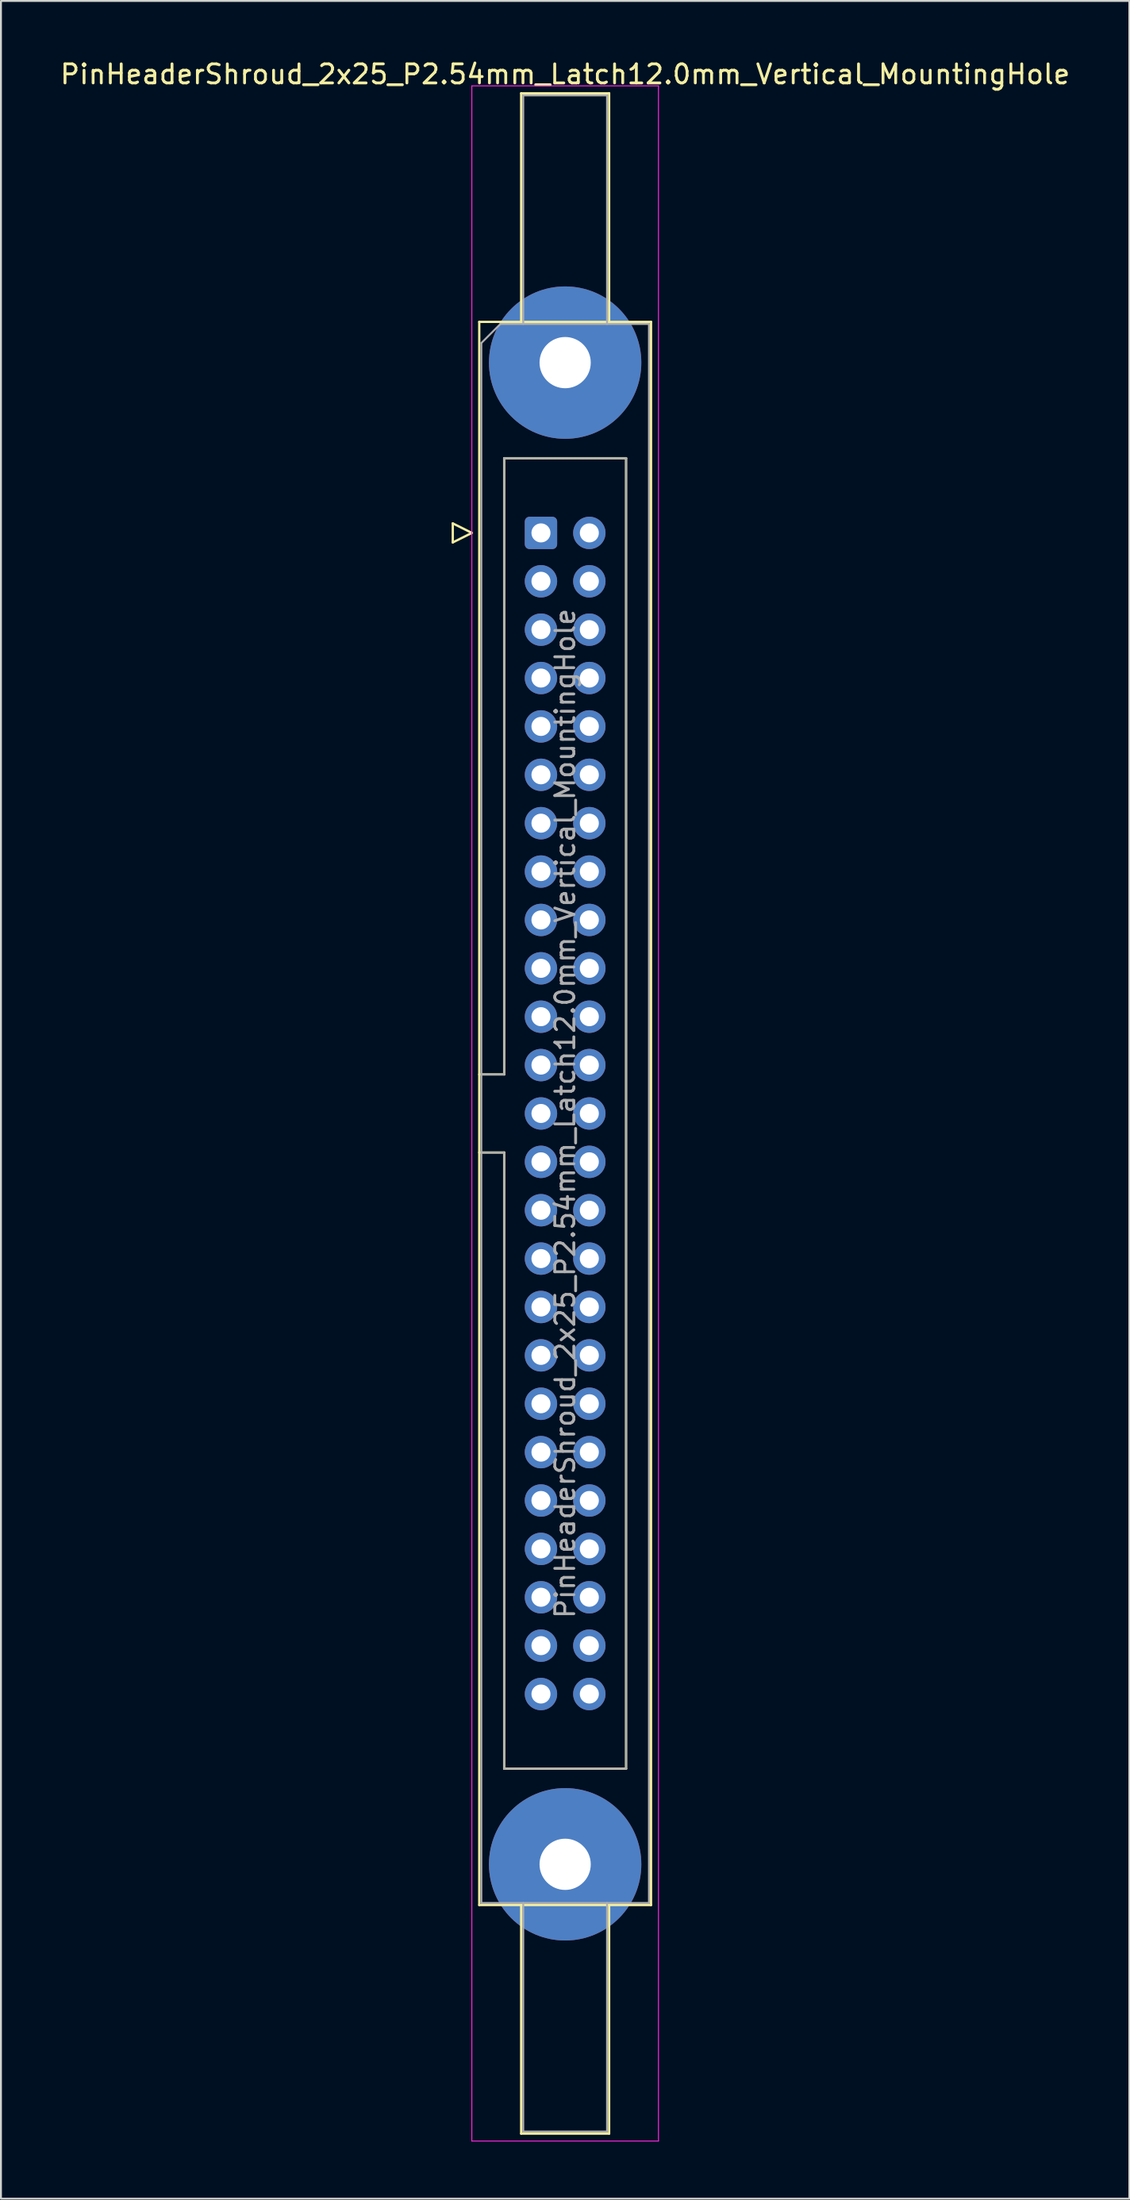
<source format=kicad_pcb>
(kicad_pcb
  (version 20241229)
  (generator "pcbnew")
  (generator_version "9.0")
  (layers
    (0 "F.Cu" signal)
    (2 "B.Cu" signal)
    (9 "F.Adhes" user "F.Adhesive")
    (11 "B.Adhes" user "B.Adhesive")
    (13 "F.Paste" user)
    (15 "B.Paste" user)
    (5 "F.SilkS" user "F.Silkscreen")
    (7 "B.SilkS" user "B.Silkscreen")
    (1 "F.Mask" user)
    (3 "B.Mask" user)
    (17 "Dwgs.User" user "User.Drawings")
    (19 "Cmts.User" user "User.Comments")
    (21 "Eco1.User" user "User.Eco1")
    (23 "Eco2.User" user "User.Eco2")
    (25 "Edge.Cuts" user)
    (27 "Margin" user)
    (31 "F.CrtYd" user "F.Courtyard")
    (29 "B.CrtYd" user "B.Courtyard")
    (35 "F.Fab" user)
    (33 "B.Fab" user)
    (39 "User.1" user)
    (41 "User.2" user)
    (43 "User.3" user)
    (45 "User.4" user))
  (footprint "PinHeaderShroud_2x25_P2.54mm_Latch12.0mm_Vertical_MountingHole"
    (layer "F.Cu")
    (at 25.355 24.928)
    (property "Reference" "PinHeaderShroud_2x25_P2.54mm_Latch12.0mm_Vertical_MountingHole" (at 1.27 -24.08 0) (layer "F.SilkS") (effects (font (size 1 1) (thickness 0.15))))
    (attr through_hole)
    (fp_line (start -4.63 -0.5) (end -4.63 0.5) (stroke (width 0.12) (type solid)) (layer "F.SilkS"))
    (fp_line (start -4.63 0.5) (end -3.63 0) (stroke (width 0.12) (type solid)) (layer "F.SilkS"))
    (fp_line (start -3.63 0) (end -4.63 -0.5) (stroke (width 0.12) (type solid)) (layer "F.SilkS"))
    (fp_line (start -3.24 -11.08) (end 5.78 -11.08) (stroke (width 0.12) (type solid)) (layer "F.SilkS"))
    (fp_line (start -3.24 28.43) (end -1.93 28.43) (stroke (width 0.12) (type solid)) (layer "F.SilkS"))
    (fp_line (start -3.24 32.53) (end -1.93 32.53) (stroke (width 0.12) (type solid)) (layer "F.SilkS"))
    (fp_line (start -3.24 72.04) (end -3.24 -11.08) (stroke (width 0.12) (type solid)) (layer "F.SilkS"))
    (fp_line (start -1.93 -3.92) (end 4.47 -3.92) (stroke (width 0.12) (type solid)) (layer "F.SilkS"))
    (fp_line (start -1.93 28.43) (end -1.93 -3.92) (stroke (width 0.12) (type solid)) (layer "F.SilkS"))
    (fp_line (start -1.93 64.88) (end -1.93 32.53) (stroke (width 0.12) (type solid)) (layer "F.SilkS"))
    (fp_line (start -1.04 -23.08) (end 3.58 -23.08) (stroke (width 0.12) (type solid)) (layer "F.SilkS"))
    (fp_line (start -1.04 -11.08) (end -1.04 -23.08) (stroke (width 0.12) (type solid)) (layer "F.SilkS"))
    (fp_line (start -1.04 72.04) (end -1.04 84.04) (stroke (width 0.12) (type solid)) (layer "F.SilkS"))
    (fp_line (start -1.04 84.04) (end 3.58 84.04) (stroke (width 0.12) (type solid)) (layer "F.SilkS"))
    (fp_line (start 3.58 -23.08) (end 3.58 -11.08) (stroke (width 0.12) (type solid)) (layer "F.SilkS"))
    (fp_line (start 3.58 84.04) (end 3.58 72.04) (stroke (width 0.12) (type solid)) (layer "F.SilkS"))
    (fp_line (start 4.47 -3.92) (end 4.47 64.88) (stroke (width 0.12) (type solid)) (layer "F.SilkS"))
    (fp_line (start 4.47 64.88) (end -1.93 64.88) (stroke (width 0.12) (type solid)) (layer "F.SilkS"))
    (fp_line (start 5.78 -11.08) (end 5.78 72.04) (stroke (width 0.12) (type solid)) (layer "F.SilkS"))
    (fp_line (start 5.78 72.04) (end -3.24 72.04) (stroke (width 0.12) (type solid)) (layer "F.SilkS"))
    (fp_line (start -3.63 -23.47) (end -3.63 84.43) (stroke (width 0.05) (type solid)) (layer "F.CrtYd"))
    (fp_line (start -3.63 84.43) (end 6.17 84.43) (stroke (width 0.05) (type solid)) (layer "F.CrtYd"))
    (fp_line (start 6.17 -23.47) (end -3.63 -23.47) (stroke (width 0.05) (type solid)) (layer "F.CrtYd"))
    (fp_line (start 6.17 84.43) (end 6.17 -23.47) (stroke (width 0.05) (type solid)) (layer "F.CrtYd"))
    (fp_line (start -3.13 -9.97) (end -2.13 -10.97) (stroke (width 0.1) (type solid)) (layer "F.Fab"))
    (fp_line (start -3.13 28.43) (end -1.93 28.43) (stroke (width 0.1) (type solid)) (layer "F.Fab"))
    (fp_line (start -3.13 32.53) (end -1.93 32.53) (stroke (width 0.1) (type solid)) (layer "F.Fab"))
    (fp_line (start -3.13 71.93) (end -3.13 -9.97) (stroke (width 0.1) (type solid)) (layer "F.Fab"))
    (fp_line (start -2.13 -10.97) (end 5.67 -10.97) (stroke (width 0.1) (type solid)) (layer "F.Fab"))
    (fp_line (start -1.93 -3.92) (end 4.47 -3.92) (stroke (width 0.1) (type solid)) (layer "F.Fab"))
    (fp_line (start -1.93 28.43) (end -1.93 -3.92) (stroke (width 0.1) (type solid)) (layer "F.Fab"))
    (fp_line (start -1.93 64.88) (end -1.93 32.53) (stroke (width 0.1) (type solid)) (layer "F.Fab"))
    (fp_line (start -0.93 -22.97) (end 3.47 -22.97) (stroke (width 0.1) (type solid)) (layer "F.Fab"))
    (fp_line (start -0.93 -10.97) (end -0.93 -22.97) (stroke (width 0.1) (type solid)) (layer "F.Fab"))
    (fp_line (start -0.93 71.93) (end -0.93 83.93) (stroke (width 0.1) (type solid)) (layer "F.Fab"))
    (fp_line (start -0.93 83.93) (end 3.47 83.93) (stroke (width 0.1) (type solid)) (layer "F.Fab"))
    (fp_line (start 3.47 -22.97) (end 3.47 -10.97) (stroke (width 0.1) (type solid)) (layer "F.Fab"))
    (fp_line (start 3.47 83.93) (end 3.47 71.93) (stroke (width 0.1) (type solid)) (layer "F.Fab"))
    (fp_line (start 4.47 -3.92) (end 4.47 64.88) (stroke (width 0.1) (type solid)) (layer "F.Fab"))
    (fp_line (start 4.47 64.88) (end -1.93 64.88) (stroke (width 0.1) (type solid)) (layer "F.Fab"))
    (fp_line (start 5.67 -10.97) (end 5.67 71.93) (stroke (width 0.1) (type solid)) (layer "F.Fab"))
    (fp_line (start 5.67 71.93) (end -3.13 71.93) (stroke (width 0.1) (type solid)) (layer "F.Fab"))
    (fp_text user "${REFERENCE}" (at 1.27 30.48 90) (layer "F.Fab") (effects (font (size 1 1) (thickness 0.15))))
    (pad "" thru_hole circle (at 1.27 -8.94) (size 8 8) (drill 2.69) (layers "*.Cu" "*.Mask"))
    (pad "" thru_hole circle (at 1.27 69.9) (size 8 8) (drill 2.69) (layers "*.Cu" "*.Mask"))
    (pad "1" thru_hole roundrect (at 0 0) (size 1.7 1.7) (drill 1) (layers "*.Cu" "*.Mask") (roundrect_rratio 0.147))
    (pad "2" thru_hole circle (at 2.54 0) (size 1.7 1.7) (drill 1) (layers "*.Cu" "*.Mask"))
    (pad "3" thru_hole circle (at 0 2.54) (size 1.7 1.7) (drill 1) (layers "*.Cu" "*.Mask"))
    (pad "4" thru_hole circle (at 2.54 2.54) (size 1.7 1.7) (drill 1) (layers "*.Cu" "*.Mask"))
    (pad "5" thru_hole circle (at 0 5.08) (size 1.7 1.7) (drill 1) (layers "*.Cu" "*.Mask"))
    (pad "6" thru_hole circle (at 2.54 5.08) (size 1.7 1.7) (drill 1) (layers "*.Cu" "*.Mask"))
    (pad "7" thru_hole circle (at 0 7.62) (size 1.7 1.7) (drill 1) (layers "*.Cu" "*.Mask"))
    (pad "8" thru_hole circle (at 2.54 7.62) (size 1.7 1.7) (drill 1) (layers "*.Cu" "*.Mask"))
    (pad "9" thru_hole circle (at 0 10.16) (size 1.7 1.7) (drill 1) (layers "*.Cu" "*.Mask"))
    (pad "10" thru_hole circle (at 2.54 10.16) (size 1.7 1.7) (drill 1) (layers "*.Cu" "*.Mask"))
    (pad "11" thru_hole circle (at 0 12.7) (size 1.7 1.7) (drill 1) (layers "*.Cu" "*.Mask"))
    (pad "12" thru_hole circle (at 2.54 12.7) (size 1.7 1.7) (drill 1) (layers "*.Cu" "*.Mask"))
    (pad "13" thru_hole circle (at 0 15.24) (size 1.7 1.7) (drill 1) (layers "*.Cu" "*.Mask"))
    (pad "14" thru_hole circle (at 2.54 15.24) (size 1.7 1.7) (drill 1) (layers "*.Cu" "*.Mask"))
    (pad "15" thru_hole circle (at 0 17.78) (size 1.7 1.7) (drill 1) (layers "*.Cu" "*.Mask"))
    (pad "16" thru_hole circle (at 2.54 17.78) (size 1.7 1.7) (drill 1) (layers "*.Cu" "*.Mask"))
    (pad "17" thru_hole circle (at 0 20.32) (size 1.7 1.7) (drill 1) (layers "*.Cu" "*.Mask"))
    (pad "18" thru_hole circle (at 2.54 20.32) (size 1.7 1.7) (drill 1) (layers "*.Cu" "*.Mask"))
    (pad "19" thru_hole circle (at 0 22.86) (size 1.7 1.7) (drill 1) (layers "*.Cu" "*.Mask"))
    (pad "20" thru_hole circle (at 2.54 22.86) (size 1.7 1.7) (drill 1) (layers "*.Cu" "*.Mask"))
    (pad "21" thru_hole circle (at 0 25.4) (size 1.7 1.7) (drill 1) (layers "*.Cu" "*.Mask"))
    (pad "22" thru_hole circle (at 2.54 25.4) (size 1.7 1.7) (drill 1) (layers "*.Cu" "*.Mask"))
    (pad "23" thru_hole circle (at 0 27.94) (size 1.7 1.7) (drill 1) (layers "*.Cu" "*.Mask"))
    (pad "24" thru_hole circle (at 2.54 27.94) (size 1.7 1.7) (drill 1) (layers "*.Cu" "*.Mask"))
    (pad "25" thru_hole circle (at 0 30.48) (size 1.7 1.7) (drill 1) (layers "*.Cu" "*.Mask"))
    (pad "26" thru_hole circle (at 2.54 30.48) (size 1.7 1.7) (drill 1) (layers "*.Cu" "*.Mask"))
    (pad "27" thru_hole circle (at 0 33.02) (size 1.7 1.7) (drill 1) (layers "*.Cu" "*.Mask"))
    (pad "28" thru_hole circle (at 2.54 33.02) (size 1.7 1.7) (drill 1) (layers "*.Cu" "*.Mask"))
    (pad "29" thru_hole circle (at 0 35.56) (size 1.7 1.7) (drill 1) (layers "*.Cu" "*.Mask"))
    (pad "30" thru_hole circle (at 2.54 35.56) (size 1.7 1.7) (drill 1) (layers "*.Cu" "*.Mask"))
    (pad "31" thru_hole circle (at 0 38.1) (size 1.7 1.7) (drill 1) (layers "*.Cu" "*.Mask"))
    (pad "32" thru_hole circle (at 2.54 38.1) (size 1.7 1.7) (drill 1) (layers "*.Cu" "*.Mask"))
    (pad "33" thru_hole circle (at 0 40.64) (size 1.7 1.7) (drill 1) (layers "*.Cu" "*.Mask"))
    (pad "34" thru_hole circle (at 2.54 40.64) (size 1.7 1.7) (drill 1) (layers "*.Cu" "*.Mask"))
    (pad "35" thru_hole circle (at 0 43.18) (size 1.7 1.7) (drill 1) (layers "*.Cu" "*.Mask"))
    (pad "36" thru_hole circle (at 2.54 43.18) (size 1.7 1.7) (drill 1) (layers "*.Cu" "*.Mask"))
    (pad "37" thru_hole circle (at 0 45.72) (size 1.7 1.7) (drill 1) (layers "*.Cu" "*.Mask"))
    (pad "38" thru_hole circle (at 2.54 45.72) (size 1.7 1.7) (drill 1) (layers "*.Cu" "*.Mask"))
    (pad "39" thru_hole circle (at 0 48.26) (size 1.7 1.7) (drill 1) (layers "*.Cu" "*.Mask"))
    (pad "40" thru_hole circle (at 2.54 48.26) (size 1.7 1.7) (drill 1) (layers "*.Cu" "*.Mask"))
    (pad "41" thru_hole circle (at 0 50.8) (size 1.7 1.7) (drill 1) (layers "*.Cu" "*.Mask"))
    (pad "42" thru_hole circle (at 2.54 50.8) (size 1.7 1.7) (drill 1) (layers "*.Cu" "*.Mask"))
    (pad "43" thru_hole circle (at 0 53.34) (size 1.7 1.7) (drill 1) (layers "*.Cu" "*.Mask"))
    (pad "44" thru_hole circle (at 2.54 53.34) (size 1.7 1.7) (drill 1) (layers "*.Cu" "*.Mask"))
    (pad "45" thru_hole circle (at 0 55.88) (size 1.7 1.7) (drill 1) (layers "*.Cu" "*.Mask"))
    (pad "46" thru_hole circle (at 2.54 55.88) (size 1.7 1.7) (drill 1) (layers "*.Cu" "*.Mask"))
    (pad "47" thru_hole circle (at 0 58.42) (size 1.7 1.7) (drill 1) (layers "*.Cu" "*.Mask"))
    (pad "48" thru_hole circle (at 2.54 58.42) (size 1.7 1.7) (drill 1) (layers "*.Cu" "*.Mask"))
    (pad "49" thru_hole circle (at 0 60.96) (size 1.7 1.7) (drill 1) (layers "*.Cu" "*.Mask"))
    (pad "50" thru_hole circle (at 2.54 60.96) (size 1.7 1.7) (drill 1) (layers "*.Cu" "*.Mask")))
  (gr_rect
    (start -3 -3)
    (end 56.25 112.383)
    (stroke (width 0.1) (type default))
    (fill no)
    (layer "Edge.Cuts")))
</source>
